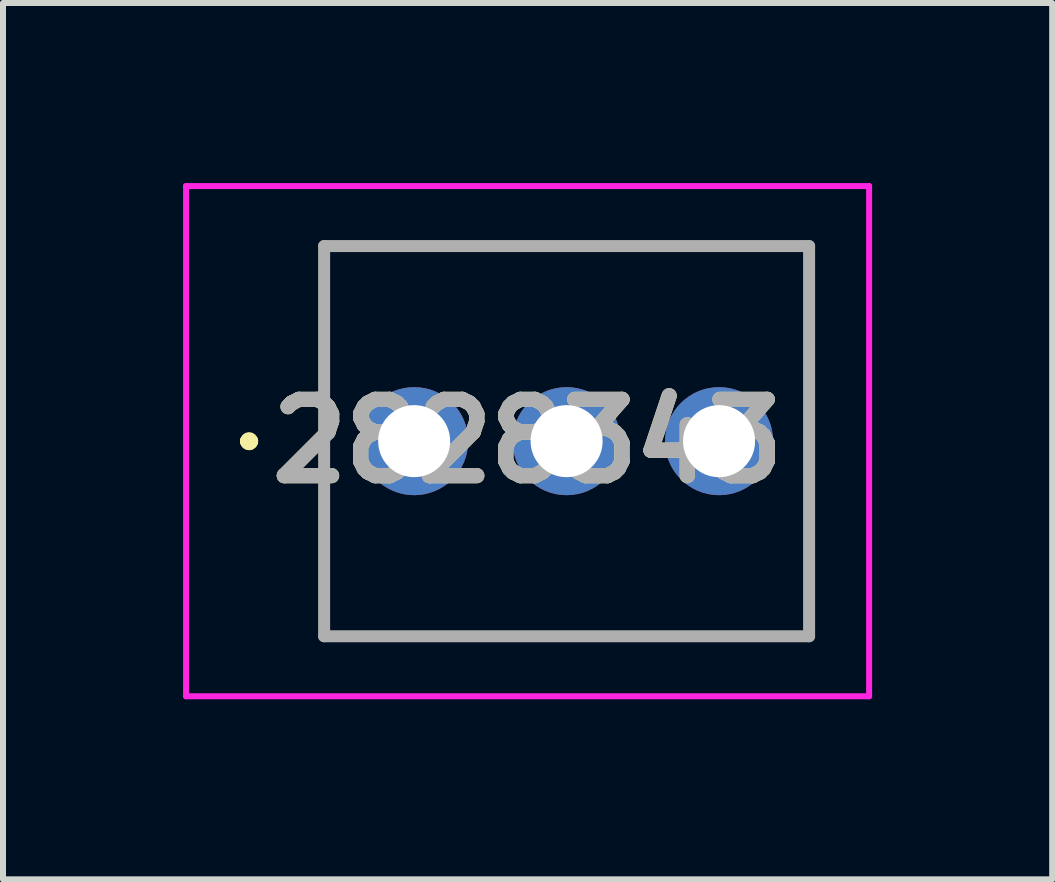
<source format=kicad_pcb>
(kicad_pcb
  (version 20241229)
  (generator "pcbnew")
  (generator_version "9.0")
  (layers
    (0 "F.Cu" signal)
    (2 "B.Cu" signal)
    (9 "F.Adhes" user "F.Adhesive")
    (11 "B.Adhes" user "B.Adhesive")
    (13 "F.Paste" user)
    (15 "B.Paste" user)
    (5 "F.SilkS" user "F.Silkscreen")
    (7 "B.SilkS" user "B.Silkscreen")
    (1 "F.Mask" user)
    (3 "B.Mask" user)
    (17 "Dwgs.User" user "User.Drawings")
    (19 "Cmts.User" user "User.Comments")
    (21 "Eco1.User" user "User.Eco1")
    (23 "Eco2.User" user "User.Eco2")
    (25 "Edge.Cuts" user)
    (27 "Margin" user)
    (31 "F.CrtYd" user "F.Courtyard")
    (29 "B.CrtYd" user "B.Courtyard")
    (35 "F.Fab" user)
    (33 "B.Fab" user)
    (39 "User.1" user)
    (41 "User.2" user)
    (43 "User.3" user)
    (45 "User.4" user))
  (footprint "2828343"
    (layer "F.Cu")
    (at 3.85 4.3)
    (property "Reference" "2828343" (at 1.89 0 0) (layer "F.SilkS") (effects (font (size 1.27 1.27) (thickness 0.254))))
    (attr through_hole)
    (fp_line (start -2.8 0) (end -2.8 0) (stroke (width 0.2) (type solid)) (layer "F.SilkS"))
    (fp_line (start -2.8 0) (end -2.8 0) (stroke (width 0.2) (type solid)) (layer "F.SilkS"))
    (fp_line (start -2.7 0) (end -2.7 0) (stroke (width 0.2) (type solid)) (layer "F.SilkS"))
    (fp_line (start -1.5 -3.25) (end 6.58 -3.25) (stroke (width 0.1) (type solid)) (layer "F.SilkS"))
    (fp_line (start -1.5 3.25) (end -1.5 -3.25) (stroke (width 0.1) (type solid)) (layer "F.SilkS"))
    (fp_line (start 6.58 -3.25) (end 6.58 3.25) (stroke (width 0.1) (type solid)) (layer "F.SilkS"))
    (fp_line (start 6.58 3.25) (end -1.5 3.25) (stroke (width 0.1) (type solid)) (layer "F.SilkS"))
    (fp_arc (start -2.8 0) (mid -2.75 -0.05) (end -2.7 0) (stroke (width 0.2) (type solid)) (layer "F.SilkS"))
    (fp_arc (start -2.7 0) (mid -2.75 0.05) (end -2.8 0) (stroke (width 0.2) (type solid)) (layer "F.SilkS"))
    (fp_arc (start -2.7 0) (mid -2.75 0.05) (end -2.8 0) (stroke (width 0.2) (type solid)) (layer "F.SilkS"))
    (fp_line (start -3.8 -4.25) (end 7.58 -4.25) (stroke (width 0.1) (type solid)) (layer "F.CrtYd"))
    (fp_line (start -3.8 4.25) (end -3.8 -4.25) (stroke (width 0.1) (type solid)) (layer "F.CrtYd"))
    (fp_line (start 7.58 -4.25) (end 7.58 4.25) (stroke (width 0.1) (type solid)) (layer "F.CrtYd"))
    (fp_line (start 7.58 4.25) (end -3.8 4.25) (stroke (width 0.1) (type solid)) (layer "F.CrtYd"))
    (fp_line (start -1.5 -3.25) (end -1.5 3.25) (stroke (width 0.2) (type solid)) (layer "F.Fab"))
    (fp_line (start -1.5 3.25) (end 6.58 3.25) (stroke (width 0.2) (type solid)) (layer "F.Fab"))
    (fp_line (start 6.58 -3.25) (end -1.5 -3.25) (stroke (width 0.2) (type solid)) (layer "F.Fab"))
    (fp_line (start 6.58 3.25) (end 6.58 -3.25) (stroke (width 0.2) (type solid)) (layer "F.Fab"))
    (fp_text user "${REFERENCE}" (at 1.89 0 0) (layer "F.Fab") (effects (font (size 1.27 1.27) (thickness 0.254))))
    (pad "1" thru_hole circle (at 0 0) (size 1.8 1.8) (drill 1.2) (layers "*.Cu" "*.Mask"))
    (pad "2" thru_hole circle (at 2.54 0) (size 1.8 1.8) (drill 1.2) (layers "*.Cu" "*.Mask"))
    (pad "3" thru_hole circle (at 5.08 0) (size 1.8 1.8) (drill 1.2) (layers "*.Cu" "*.Mask")))
  (gr_rect
    (start -3 -3)
    (end 14.48 11.6)
    (stroke (width 0.1) (type default))
    (fill no)
    (layer "Edge.Cuts")))
</source>
